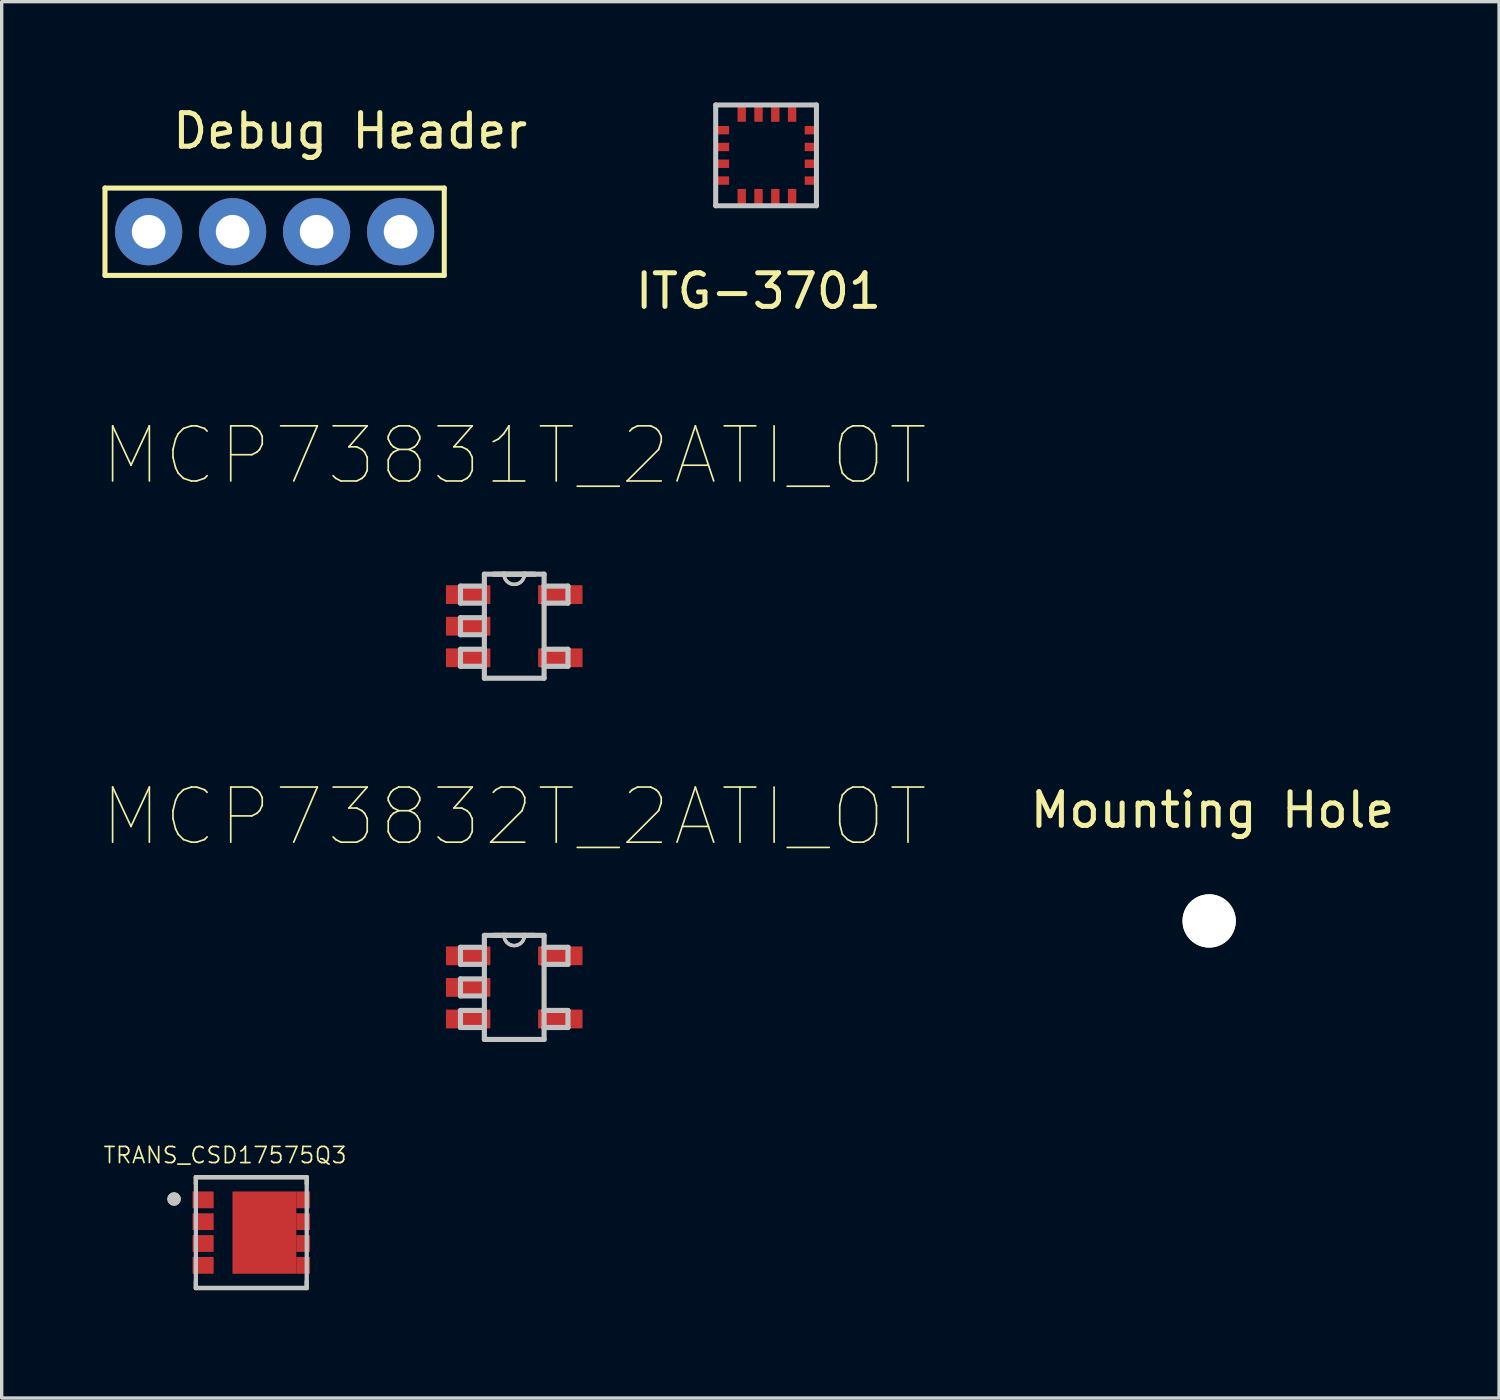
<source format=kicad_pcb>
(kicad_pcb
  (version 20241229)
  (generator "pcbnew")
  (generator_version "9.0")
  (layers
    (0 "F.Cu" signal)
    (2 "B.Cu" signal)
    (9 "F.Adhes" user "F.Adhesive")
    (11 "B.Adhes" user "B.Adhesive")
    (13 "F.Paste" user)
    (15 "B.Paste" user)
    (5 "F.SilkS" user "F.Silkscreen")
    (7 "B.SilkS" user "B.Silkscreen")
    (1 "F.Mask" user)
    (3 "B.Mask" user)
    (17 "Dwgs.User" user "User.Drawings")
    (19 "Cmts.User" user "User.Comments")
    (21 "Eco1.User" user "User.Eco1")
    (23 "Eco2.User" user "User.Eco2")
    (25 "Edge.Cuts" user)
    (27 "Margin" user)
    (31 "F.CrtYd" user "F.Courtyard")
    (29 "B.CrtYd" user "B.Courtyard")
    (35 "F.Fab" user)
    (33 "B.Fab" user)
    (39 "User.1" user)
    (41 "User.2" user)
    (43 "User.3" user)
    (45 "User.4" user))
  (footprint "MCP73832T_2ATI_OT"
    (layer "F.Cu")
    (at 12.258 26.344)
    (property "Reference" "MCP73832T_2ATI_OT" (at 0 -5.08 0) (layer "F.SilkS") (effects (font (size 1.641 1.641) (thickness 0.05))))
    (attr smd)
    (fp_line (start -0.305 -1.549) (end -0.61 -1.549) (stroke (width 0.152) (type solid)) (layer "F.SilkS"))
    (fp_line (start 0.305 -1.549) (end -0.305 -1.549) (stroke (width 0.152) (type solid)) (layer "F.SilkS"))
    (fp_line (start 0.61 -1.549) (end 0.305 -1.549) (stroke (width 0.152) (type solid)) (layer "F.SilkS"))
    (fp_arc (start 0.3048 -1.5494) (mid 0 -1.2446) (end -0.3048 -1.5494) (stroke (width 0.1) (type solid)) (layer "F.SilkS"))
    (fp_line (start -1.6 -1.194) (end -1.6 -0.686) (stroke (width 0.152) (type solid)) (layer "Dwgs.User"))
    (fp_line (start -1.6 -0.686) (end -0.889 -0.686) (stroke (width 0.152) (type solid)) (layer "Dwgs.User"))
    (fp_line (start -1.6 -0.254) (end -1.6 0.254) (stroke (width 0.152) (type solid)) (layer "Dwgs.User"))
    (fp_line (start -1.6 0.254) (end -0.889 0.254) (stroke (width 0.152) (type solid)) (layer "Dwgs.User"))
    (fp_line (start -1.6 0.686) (end -1.6 1.194) (stroke (width 0.152) (type solid)) (layer "Dwgs.User"))
    (fp_line (start -1.6 1.194) (end -0.889 1.194) (stroke (width 0.152) (type solid)) (layer "Dwgs.User"))
    (fp_line (start -0.889 -1.549) (end -0.889 -1.194) (stroke (width 0.152) (type solid)) (layer "Dwgs.User"))
    (fp_line (start -0.889 -1.194) (end -1.6 -1.194) (stroke (width 0.152) (type solid)) (layer "Dwgs.User"))
    (fp_line (start -0.889 -1.194) (end -0.889 -0.686) (stroke (width 0.152) (type solid)) (layer "Dwgs.User"))
    (fp_line (start -0.889 -0.686) (end -0.889 -0.254) (stroke (width 0.152) (type solid)) (layer "Dwgs.User"))
    (fp_line (start -0.889 -0.254) (end -1.6 -0.254) (stroke (width 0.152) (type solid)) (layer "Dwgs.User"))
    (fp_line (start -0.889 -0.254) (end -0.889 0.254) (stroke (width 0.152) (type solid)) (layer "Dwgs.User"))
    (fp_line (start -0.889 0.254) (end -0.889 0.686) (stroke (width 0.152) (type solid)) (layer "Dwgs.User"))
    (fp_line (start -0.889 0.686) (end -1.6 0.686) (stroke (width 0.152) (type solid)) (layer "Dwgs.User"))
    (fp_line (start -0.889 1.194) (end -0.889 0.686) (stroke (width 0.152) (type solid)) (layer "Dwgs.User"))
    (fp_line (start -0.889 1.549) (end -0.889 1.194) (stroke (width 0.152) (type solid)) (layer "Dwgs.User"))
    (fp_line (start -0.889 1.549) (end 0.889 1.549) (stroke (width 0.152) (type solid)) (layer "Dwgs.User"))
    (fp_line (start -0.305 -1.549) (end -0.889 -1.549) (stroke (width 0.152) (type solid)) (layer "Dwgs.User"))
    (fp_line (start 0.305 -1.549) (end -0.305 -1.549) (stroke (width 0.152) (type solid)) (layer "Dwgs.User"))
    (fp_line (start 0.889 -1.549) (end 0.305 -1.549) (stroke (width 0.152) (type solid)) (layer "Dwgs.User"))
    (fp_line (start 0.889 -1.549) (end 0.889 -1.194) (stroke (width 0.152) (type solid)) (layer "Dwgs.User"))
    (fp_line (start 0.889 -1.194) (end 0.889 -0.686) (stroke (width 0.152) (type solid)) (layer "Dwgs.User"))
    (fp_line (start 0.889 -0.686) (end 1.6 -0.686) (stroke (width 0.152) (type solid)) (layer "Dwgs.User"))
    (fp_line (start 0.889 0.686) (end 0.889 -0.686) (stroke (width 0.152) (type solid)) (layer "Dwgs.User"))
    (fp_line (start 0.889 1.194) (end 0.889 0.686) (stroke (width 0.152) (type solid)) (layer "Dwgs.User"))
    (fp_line (start 0.889 1.194) (end 1.6 1.194) (stroke (width 0.152) (type solid)) (layer "Dwgs.User"))
    (fp_line (start 0.889 1.549) (end 0.889 1.194) (stroke (width 0.152) (type solid)) (layer "Dwgs.User"))
    (fp_line (start 1.6 -1.194) (end 0.889 -1.194) (stroke (width 0.152) (type solid)) (layer "Dwgs.User"))
    (fp_line (start 1.6 -0.686) (end 1.6 -1.194) (stroke (width 0.152) (type solid)) (layer "Dwgs.User"))
    (fp_line (start 1.6 0.686) (end 0.889 0.686) (stroke (width 0.152) (type solid)) (layer "Dwgs.User"))
    (fp_line (start 1.6 1.194) (end 1.6 0.686) (stroke (width 0.152) (type solid)) (layer "Dwgs.User"))
    (fp_arc (start 0.3048 -1.5494) (mid 0 -1.2446) (end -0.3048 -1.5494) (stroke (width 0.1) (type solid)) (layer "Dwgs.User"))
    (pad "1" smd rect (at -1.372 -0.94) (size 1.321 0.559) (layers "F.Cu" "F.Mask" "F.Paste"))
    (pad "2" smd rect (at -1.372 0) (size 1.321 0.559) (layers "F.Cu" "F.Mask" "F.Paste"))
    (pad "3" smd rect (at -1.372 0.94) (size 1.321 0.559) (layers "F.Cu" "F.Mask" "F.Paste"))
    (pad "4" smd rect (at 1.372 0.94) (size 1.321 0.559) (layers "F.Cu" "F.Mask" "F.Paste"))
    (pad "5" smd rect (at 1.372 -0.94) (size 1.321 0.559) (layers "F.Cu" "F.Mask" "F.Paste")))
  (footprint "Mounting Hole"
    (layer "F.Cu")
    (at 32.945 23.065)
    (property "Reference" "Mounting Hole" (at 0.1 -2 0) (layer "F.SilkS") (effects (font (size 1 1) (thickness 0.15))))
    (attr through_hole)
    (pad "" np_thru_hole circle (at 0 1.3) (size 1.587 1.587) (drill 1.587) (layers "*.Cu" "*.Mask" "F.SilkS")))
  (footprint "ITG-3701"
    (layer "F.Cu")
    (at 19.53 3.075)
    (property "Reference" "ITG-3701" (at 0 2.54 0) (layer "F.SilkS") (effects (font (size 1 1) (thickness 0.15))))
    (attr through_hole)
    (fp_line (start -1.275 -3) (end 1.725 -3) (stroke (width 0.15) (type solid)) (layer "Dwgs.User"))
    (fp_line (start -1.275 0) (end -1.275 -3) (stroke (width 0.15) (type solid)) (layer "Dwgs.User"))
    (fp_line (start -1.275 0) (end 1.725 0) (stroke (width 0.15) (type solid)) (layer "Dwgs.User"))
    (fp_line (start 1.725 0) (end 1.725 -3) (stroke (width 0.15) (type solid)) (layer "Dwgs.User"))
    (pad "1" smd custom (at -1.075 -2.25) (size 0.4 0.25) (layers "F.Cu" "F.Mask" "F.Paste") (options (anchor rect)) (primitives))
    (pad "2" smd custom (at -1.075 -1.75) (size 0.4 0.25) (layers "F.Cu" "F.Mask" "F.Paste") (options (anchor rect)) (primitives))
    (pad "3" smd custom (at -1.075 -1.25) (size 0.4 0.25) (layers "F.Cu" "F.Mask" "F.Paste") (options (anchor rect)) (primitives))
    (pad "4" smd custom (at -1.075 -0.75) (size 0.4 0.25) (layers "F.Cu" "F.Mask" "F.Paste") (options (anchor rect)) (primitives))
    (pad "5" smd custom (at -0.5 -0.25) (size 0.25 0.5) (layers "F.Cu" "F.Mask" "F.Paste") (options (anchor rect)) (primitives))
    (pad "6" smd custom (at 0 -0.25) (size 0.25 0.5) (layers "F.Cu" "F.Mask" "F.Paste") (options (anchor rect)) (primitives))
    (pad "7" smd custom (at 0.5 -0.25) (size 0.25 0.5) (layers "F.Cu" "F.Mask" "F.Paste") (options (anchor rect)) (primitives))
    (pad "8" smd custom (at 1 -0.25) (size 0.25 0.5) (layers "F.Cu" "F.Mask" "F.Paste") (options (anchor rect)) (primitives))
    (pad "9" smd custom (at 1.575 -0.75) (size 0.4 0.25) (layers "F.Cu" "F.Mask" "F.Paste") (options (anchor rect)) (primitives))
    (pad "10" smd custom (at 1.575 -1.25) (size 0.4 0.25) (layers "F.Cu" "F.Mask" "F.Paste") (options (anchor rect)) (primitives))
    (pad "11" smd custom (at 1.575 -1.75) (size 0.4 0.25) (layers "F.Cu" "F.Mask" "F.Paste") (options (anchor rect)) (primitives))
    (pad "12" smd custom (at 1.575 -2.25) (size 0.4 0.25) (layers "F.Cu" "F.Mask" "F.Paste") (options (anchor rect)) (primitives))
    (pad "13" smd custom (at 1 -2.75) (size 0.25 0.5) (layers "F.Cu" "F.Mask" "F.Paste") (options (anchor rect)) (primitives))
    (pad "14" smd custom (at 0.5 -2.75) (size 0.25 0.5) (layers "F.Cu" "F.Mask" "F.Paste") (options (anchor rect)) (primitives))
    (pad "15" smd custom (at 0 -2.75) (size 0.25 0.5) (layers "F.Cu" "F.Mask" "F.Paste") (options (anchor rect)) (primitives))
    (pad "16" smd custom (at -0.5 -2.75) (size 0.25 0.5) (layers "F.Cu" "F.Mask" "F.Paste") (options (anchor rect)) (primitives)))
  (footprint "TRANS_CSD17575Q3"
    (layer "F.Cu")
    (at 4.431 33.643)
    (property "Reference" "TRANS_CSD17575Q3" (at -0.781 -2.305 0) (layer "F.SilkS") (effects (font (size 0.48 0.48) (thickness 0.05))))
    (attr smd)
    (fp_line (start -1.65 -1.65) (end -1.65 -1.453) (stroke (width 0.127) (type solid)) (layer "F.SilkS"))
    (fp_line (start -1.65 1.453) (end -1.65 1.65) (stroke (width 0.127) (type solid)) (layer "F.SilkS"))
    (fp_line (start -1.65 1.65) (end 1.65 1.65) (stroke (width 0.127) (type solid)) (layer "F.SilkS"))
    (fp_line (start 1.65 -1.65) (end -1.65 -1.65) (stroke (width 0.127) (type solid)) (layer "F.SilkS"))
    (fp_line (start 1.65 -1.453) (end 1.65 -1.65) (stroke (width 0.127) (type solid)) (layer "F.SilkS"))
    (fp_line (start 1.65 1.65) (end 1.65 1.453) (stroke (width 0.127) (type solid)) (layer "F.SilkS"))
    (fp_circle (center -2.3 -1) (end -2.2 -1) (stroke (width 0.2) (type solid)) (fill no) (layer "F.SilkS"))
    (fp_poly (pts (xy -1.21 -1.145) (xy -1.21 -0.805) (xy -1.66 -0.805) (xy -1.66 -1.145)) (stroke (width 0) (type solid)) (fill yes) (layer "F.Paste"))
    (fp_poly (pts (xy -1.21 -0.495) (xy -1.21 -0.155) (xy -1.66 -0.155) (xy -1.66 -0.495)) (stroke (width 0) (type solid)) (fill yes) (layer "F.Paste"))
    (fp_poly (pts (xy -1.21 0.155) (xy -1.21 0.495) (xy -1.66 0.495) (xy -1.66 0.155)) (stroke (width 0) (type solid)) (fill yes) (layer "F.Paste"))
    (fp_poly (pts (xy -1.21 0.805) (xy -1.21 1.145) (xy -1.66 1.145) (xy -1.66 0.805)) (stroke (width 0) (type solid)) (fill yes) (layer "F.Paste"))
    (fp_poly (pts (xy 0.985 -1.145) (xy 0.985 -0.125) (xy -0.46 -0.125) (xy -0.46 -1.145)) (stroke (width 0) (type solid)) (fill yes) (layer "F.Paste"))
    (fp_poly (pts (xy 0.985 0.125) (xy 0.985 1.145) (xy -0.46 1.145) (xy -0.46 0.125)) (stroke (width 0) (type solid)) (fill yes) (layer "F.Paste"))
    (fp_poly (pts (xy 1.66 -1.145) (xy 1.66 -0.805) (xy 1.21 -0.805) (xy 1.21 -1.145)) (stroke (width 0) (type solid)) (fill yes) (layer "F.Paste"))
    (fp_poly (pts (xy 1.66 -0.495) (xy 1.66 -0.155) (xy 1.21 -0.155) (xy 1.21 -0.495)) (stroke (width 0) (type solid)) (fill yes) (layer "F.Paste"))
    (fp_poly (pts (xy 1.66 0.155) (xy 1.66 0.495) (xy 1.21 0.495) (xy 1.21 0.155)) (stroke (width 0) (type solid)) (fill yes) (layer "F.Paste"))
    (fp_poly (pts (xy 1.66 0.805) (xy 1.66 1.145) (xy 1.21 1.145) (xy 1.21 0.805)) (stroke (width 0) (type solid)) (fill yes) (layer "F.Paste"))
    (fp_line (start -1.65 -1.65) (end 1.65 -1.65) (stroke (width 0.127) (type solid)) (layer "Dwgs.User"))
    (fp_line (start -1.65 1.65) (end -1.65 -1.65) (stroke (width 0.127) (type solid)) (layer "Dwgs.User"))
    (fp_line (start 1.65 -1.65) (end 1.65 1.65) (stroke (width 0.127) (type solid)) (layer "Dwgs.User"))
    (fp_line (start 1.65 1.65) (end -1.65 1.65) (stroke (width 0.127) (type solid)) (layer "Dwgs.User"))
    (fp_circle (center -2.3 -1) (end -2.2 -1) (stroke (width 0.2) (type solid)) (fill no) (layer "Dwgs.User"))
    (fp_line (start -2 -1.9) (end 2 -1.9) (stroke (width 0.05) (type solid)) (layer "Eco1.User"))
    (fp_line (start -2 1.9) (end -2 -1.9) (stroke (width 0.05) (type solid)) (layer "Eco1.User"))
    (fp_line (start 2 -1.9) (end 2 1.9) (stroke (width 0.05) (type solid)) (layer "Eco1.User"))
    (fp_line (start 2 1.9) (end -2 1.9) (stroke (width 0.05) (type solid)) (layer "Eco1.User"))
    (pad "1" smd rect (at -1.435 -0.975) (size 0.63 0.5) (layers "F.Cu" "F.Mask" "F.Paste"))
    (pad "2" smd rect (at -1.435 -0.325) (size 0.63 0.5) (layers "F.Cu" "F.Mask" "F.Paste"))
    (pad "3" smd rect (at -1.435 0.325) (size 0.63 0.5) (layers "F.Cu" "F.Mask" "F.Paste"))
    (pad "4" smd rect (at -1.435 0.975) (size 0.63 0.5) (layers "F.Cu" "F.Mask" "F.Paste"))
    (pad "5" smd rect (at 1.545 0.975) (size 0.41 0.5) (layers "F.Cu" "F.Mask" "F.Paste"))
    (pad "6" smd rect (at 1.545 0.325) (size 0.41 0.5) (layers "F.Cu" "F.Mask" "F.Paste"))
    (pad "7" smd rect (at 1.545 -0.325) (size 0.41 0.5) (layers "F.Cu" "F.Mask" "F.Paste"))
    (pad "8" smd rect (at 1.545 -0.975) (size 0.41 0.5) (layers "F.Cu" "F.Mask" "F.Paste"))
    (pad "9" smd rect (at 0.39 0 90) (size 2.45 1.9) (layers "F.Cu" "F.Mask" "F.Paste")))
  (footprint "Debug Header"
    (layer "F.Cu")
    (at 5.375 1.348)
    (property "Reference" "Debug Header" (at 2 -0.5 0) (layer "F.SilkS") (effects (font (size 1 1) (thickness 0.15))))
    (attr through_hole)
    (fp_line (start -5.3 1.2) (end -5.3 3.8) (stroke (width 0.15) (type solid)) (layer "F.SilkS"))
    (fp_line (start -5.3 1.2) (end 4.8 1.2) (stroke (width 0.15) (type solid)) (layer "F.SilkS"))
    (fp_line (start -5.3 3.8) (end 4.8 3.8) (stroke (width 0.15) (type solid)) (layer "F.SilkS"))
    (fp_line (start 4.8 1.2) (end 4.8 3.8) (stroke (width 0.15) (type solid)) (layer "F.SilkS"))
    (pad "1" thru_hole circle (at -4 2.5) (size 2 2) (drill 1) (layers "*.Cu" "*.Mask"))
    (pad "2" thru_hole circle (at -1.5 2.5) (size 2 2) (drill 1) (layers "*.Cu" "*.Mask"))
    (pad "3" thru_hole circle (at 1 2.5) (size 2 2) (drill 1) (layers "*.Cu" "*.Mask"))
    (pad "4" thru_hole circle (at 3.5 2.5) (size 2 2) (drill 1) (layers "*.Cu" "*.Mask")))
  (footprint "MCP73831T_2ATI_OT"
    (layer "F.Cu")
    (at 12.258 15.591)
    (property "Reference" "MCP73831T_2ATI_OT" (at 0 -5.08 0) (layer "F.SilkS") (effects (font (size 1.641 1.641) (thickness 0.05))))
    (attr smd)
    (fp_line (start -0.305 -1.549) (end -0.61 -1.549) (stroke (width 0.152) (type solid)) (layer "F.SilkS"))
    (fp_line (start 0.305 -1.549) (end -0.305 -1.549) (stroke (width 0.152) (type solid)) (layer "F.SilkS"))
    (fp_line (start 0.61 -1.549) (end 0.305 -1.549) (stroke (width 0.152) (type solid)) (layer "F.SilkS"))
    (fp_arc (start 0.3048 -1.5494) (mid 0 -1.2446) (end -0.3048 -1.5494) (stroke (width 0.1) (type solid)) (layer "F.SilkS"))
    (fp_line (start -1.6 -1.194) (end -1.6 -0.686) (stroke (width 0.152) (type solid)) (layer "Dwgs.User"))
    (fp_line (start -1.6 -0.686) (end -0.889 -0.686) (stroke (width 0.152) (type solid)) (layer "Dwgs.User"))
    (fp_line (start -1.6 -0.254) (end -1.6 0.254) (stroke (width 0.152) (type solid)) (layer "Dwgs.User"))
    (fp_line (start -1.6 0.254) (end -0.889 0.254) (stroke (width 0.152) (type solid)) (layer "Dwgs.User"))
    (fp_line (start -1.6 0.686) (end -1.6 1.194) (stroke (width 0.152) (type solid)) (layer "Dwgs.User"))
    (fp_line (start -1.6 1.194) (end -0.889 1.194) (stroke (width 0.152) (type solid)) (layer "Dwgs.User"))
    (fp_line (start -0.889 -1.549) (end -0.889 -1.194) (stroke (width 0.152) (type solid)) (layer "Dwgs.User"))
    (fp_line (start -0.889 -1.194) (end -1.6 -1.194) (stroke (width 0.152) (type solid)) (layer "Dwgs.User"))
    (fp_line (start -0.889 -1.194) (end -0.889 -0.686) (stroke (width 0.152) (type solid)) (layer "Dwgs.User"))
    (fp_line (start -0.889 -0.686) (end -0.889 -0.254) (stroke (width 0.152) (type solid)) (layer "Dwgs.User"))
    (fp_line (start -0.889 -0.254) (end -1.6 -0.254) (stroke (width 0.152) (type solid)) (layer "Dwgs.User"))
    (fp_line (start -0.889 -0.254) (end -0.889 0.254) (stroke (width 0.152) (type solid)) (layer "Dwgs.User"))
    (fp_line (start -0.889 0.254) (end -0.889 0.686) (stroke (width 0.152) (type solid)) (layer "Dwgs.User"))
    (fp_line (start -0.889 0.686) (end -1.6 0.686) (stroke (width 0.152) (type solid)) (layer "Dwgs.User"))
    (fp_line (start -0.889 1.194) (end -0.889 0.686) (stroke (width 0.152) (type solid)) (layer "Dwgs.User"))
    (fp_line (start -0.889 1.549) (end -0.889 1.194) (stroke (width 0.152) (type solid)) (layer "Dwgs.User"))
    (fp_line (start -0.889 1.549) (end 0.889 1.549) (stroke (width 0.152) (type solid)) (layer "Dwgs.User"))
    (fp_line (start -0.305 -1.549) (end -0.889 -1.549) (stroke (width 0.152) (type solid)) (layer "Dwgs.User"))
    (fp_line (start 0.305 -1.549) (end -0.305 -1.549) (stroke (width 0.152) (type solid)) (layer "Dwgs.User"))
    (fp_line (start 0.889 -1.549) (end 0.305 -1.549) (stroke (width 0.152) (type solid)) (layer "Dwgs.User"))
    (fp_line (start 0.889 -1.549) (end 0.889 -1.194) (stroke (width 0.152) (type solid)) (layer "Dwgs.User"))
    (fp_line (start 0.889 -1.194) (end 0.889 -0.686) (stroke (width 0.152) (type solid)) (layer "Dwgs.User"))
    (fp_line (start 0.889 -0.686) (end 1.6 -0.686) (stroke (width 0.152) (type solid)) (layer "Dwgs.User"))
    (fp_line (start 0.889 0.686) (end 0.889 -0.686) (stroke (width 0.152) (type solid)) (layer "Dwgs.User"))
    (fp_line (start 0.889 1.194) (end 0.889 0.686) (stroke (width 0.152) (type solid)) (layer "Dwgs.User"))
    (fp_line (start 0.889 1.194) (end 1.6 1.194) (stroke (width 0.152) (type solid)) (layer "Dwgs.User"))
    (fp_line (start 0.889 1.549) (end 0.889 1.194) (stroke (width 0.152) (type solid)) (layer "Dwgs.User"))
    (fp_line (start 1.6 -1.194) (end 0.889 -1.194) (stroke (width 0.152) (type solid)) (layer "Dwgs.User"))
    (fp_line (start 1.6 -0.686) (end 1.6 -1.194) (stroke (width 0.152) (type solid)) (layer "Dwgs.User"))
    (fp_line (start 1.6 0.686) (end 0.889 0.686) (stroke (width 0.152) (type solid)) (layer "Dwgs.User"))
    (fp_line (start 1.6 1.194) (end 1.6 0.686) (stroke (width 0.152) (type solid)) (layer "Dwgs.User"))
    (fp_arc (start 0.3048 -1.5494) (mid 0 -1.2446) (end -0.3048 -1.5494) (stroke (width 0.1) (type solid)) (layer "Dwgs.User"))
    (pad "1" smd rect (at -1.372 -0.94) (size 1.321 0.559) (layers "F.Cu" "F.Mask" "F.Paste"))
    (pad "2" smd rect (at -1.372 0) (size 1.321 0.559) (layers "F.Cu" "F.Mask" "F.Paste"))
    (pad "3" smd rect (at -1.372 0.94) (size 1.321 0.559) (layers "F.Cu" "F.Mask" "F.Paste"))
    (pad "4" smd rect (at 1.372 0.94) (size 1.321 0.559) (layers "F.Cu" "F.Mask" "F.Paste"))
    (pad "5" smd rect (at 1.372 -0.94) (size 1.321 0.559) (layers "F.Cu" "F.Mask" "F.Paste")))
  (gr_rect
    (start -3 -3)
    (end 41.575 38.568)
    (stroke (width 0.1) (type default))
    (fill no)
    (layer "Edge.Cuts")))
</source>
